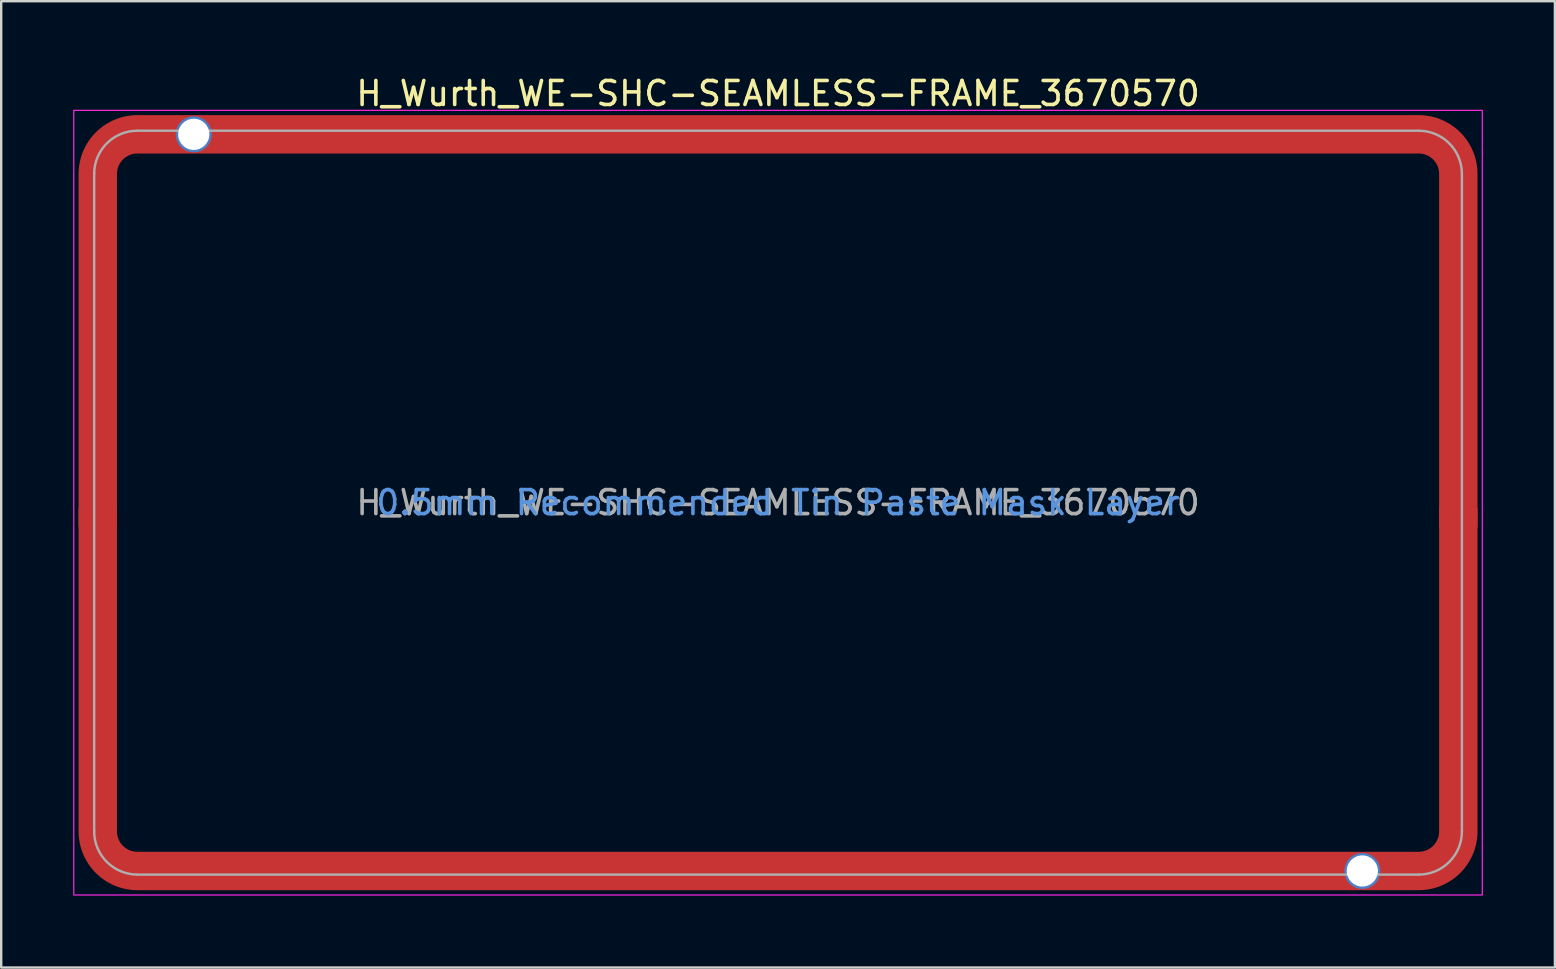
<source format=kicad_pcb>
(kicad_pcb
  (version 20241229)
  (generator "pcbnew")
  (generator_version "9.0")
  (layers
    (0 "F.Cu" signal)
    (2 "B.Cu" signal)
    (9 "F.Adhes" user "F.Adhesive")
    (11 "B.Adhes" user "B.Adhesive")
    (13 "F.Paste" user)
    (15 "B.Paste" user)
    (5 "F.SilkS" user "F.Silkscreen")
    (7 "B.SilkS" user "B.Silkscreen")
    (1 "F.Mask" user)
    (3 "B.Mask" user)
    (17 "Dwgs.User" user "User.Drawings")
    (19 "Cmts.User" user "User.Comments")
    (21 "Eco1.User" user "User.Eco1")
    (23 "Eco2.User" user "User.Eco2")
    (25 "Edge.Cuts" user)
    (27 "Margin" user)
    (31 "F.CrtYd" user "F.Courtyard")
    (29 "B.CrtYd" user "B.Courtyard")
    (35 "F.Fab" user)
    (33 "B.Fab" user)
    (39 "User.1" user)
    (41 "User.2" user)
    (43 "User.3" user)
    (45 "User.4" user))
  (footprint "H_Wurth_WE-SHC-SEAMLESS-FRAME_3670570"
    (layer "F.Cu")
    (at 29.375 17.898)
    (property "Reference" "H_Wurth_WE-SHC-SEAMLESS-FRAME_3670570" (at 0 -17.05 0) (unlocked yes) (layer "F.SilkS") (effects (font (size 1 1) (thickness 0.15))))
    (attr smd)
    (fp_poly (pts (xy 27.6 0.25) (xy 29.1 0.25) (xy 29.1 13.7) (xy 29.097 13.826) (xy 29.087 13.951) (xy 29.07 14.075) (xy 29.048 14.199) (xy 29.018 14.321) (xy 28.983 14.442) (xy 28.941 14.56) (xy 28.893 14.676) (xy 28.838 14.79) (xy 28.778 14.9) (xy 28.713 15.007) (xy 28.642 15.111) (xy 28.565 15.21) (xy 28.484 15.306) (xy 28.397 15.397) (xy 28.306 15.484) (xy 28.21 15.565) (xy 28.111 15.642) (xy 28.007 15.713) (xy 27.9 15.778) (xy 27.79 15.838) (xy 27.676 15.893) (xy 27.56 15.941) (xy 27.442 15.983) (xy 27.321 16.018) (xy 27.199 16.048) (xy 27.075 16.07) (xy 26.951 16.087) (xy 26.826 16.097) (xy 26.7 16.1) (xy -26.7 16.1) (xy -26.826 16.097) (xy -26.951 16.087) (xy -27.075 16.07) (xy -27.199 16.048) (xy -27.321 16.018) (xy -27.442 15.983) (xy -27.56 15.941) (xy -27.676 15.893) (xy -27.79 15.838) (xy -27.9 15.778) (xy -28.007 15.713) (xy -28.111 15.642) (xy -28.21 15.565) (xy -28.306 15.484) (xy -28.397 15.397) (xy -28.484 15.306) (xy -28.565 15.21) (xy -28.642 15.111) (xy -28.713 15.007) (xy -28.778 14.9) (xy -28.838 14.79) (xy -28.893 14.676) (xy -28.941 14.56) (xy -28.983 14.442) (xy -29.018 14.321) (xy -29.048 14.199) (xy -29.07 14.075) (xy -29.087 13.951) (xy -29.097 13.826) (xy -29.1 13.7) (xy -29.1 0.25) (xy -27.6 0.25) (xy -27.6 13.7) (xy -27.599 13.747) (xy -27.595 13.794) (xy -27.589 13.841) (xy -27.58 13.887) (xy -27.569 13.933) (xy -27.556 13.978) (xy -27.54 14.023) (xy -27.522 14.066) (xy -27.502 14.109) (xy -27.479 14.15) (xy -27.455 14.19) (xy -27.428 14.229) (xy -27.399 14.266) (xy -27.369 14.302) (xy -27.336 14.336) (xy -27.302 14.369) (xy -27.266 14.399) (xy -27.229 14.428) (xy -27.19 14.455) (xy -27.15 14.479) (xy -27.109 14.502) (xy -27.066 14.522) (xy -27.023 14.54) (xy -26.978 14.556) (xy -26.933 14.569) (xy -26.887 14.58) (xy -26.841 14.589) (xy -26.794 14.595) (xy -26.747 14.599) (xy -26.7 14.6) (xy 26.7 14.6) (xy 26.747 14.599) (xy 26.794 14.595) (xy 26.841 14.589) (xy 26.887 14.58) (xy 26.933 14.569) (xy 26.978 14.556) (xy 27.023 14.54) (xy 27.066 14.522) (xy 27.109 14.502) (xy 27.15 14.479) (xy 27.19 14.455) (xy 27.229 14.428) (xy 27.266 14.399) (xy 27.302 14.369) (xy 27.336 14.336) (xy 27.369 14.302) (xy 27.399 14.266) (xy 27.428 14.229) (xy 27.455 14.19) (xy 27.479 14.15) (xy 27.502 14.109) (xy 27.522 14.066) (xy 27.54 14.023) (xy 27.556 13.978) (xy 27.569 13.933) (xy 27.58 13.887) (xy 27.589 13.841) (xy 27.595 13.794) (xy 27.599 13.747) (xy 27.6 13.7) (xy 27.6 0.25)) (stroke (width 0.1) (type solid)) (fill yes) (layer "F.Cu"))
    (fp_poly (pts (xy 27.6 0.25) (xy 29.1 0.25) (xy 29.1 13.7) (xy 29.097 13.826) (xy 29.087 13.951) (xy 29.07 14.075) (xy 29.048 14.199) (xy 29.018 14.321) (xy 28.983 14.442) (xy 28.941 14.56) (xy 28.893 14.676) (xy 28.838 14.79) (xy 28.778 14.9) (xy 28.713 15.007) (xy 28.642 15.111) (xy 28.565 15.21) (xy 28.484 15.306) (xy 28.397 15.397) (xy 28.306 15.484) (xy 28.21 15.565) (xy 28.111 15.642) (xy 28.007 15.713) (xy 27.9 15.778) (xy 27.79 15.838) (xy 27.676 15.893) (xy 27.56 15.941) (xy 27.442 15.983) (xy 27.321 16.018) (xy 27.199 16.048) (xy 27.075 16.07) (xy 26.951 16.087) (xy 26.826 16.097) (xy 26.7 16.1) (xy -26.7 16.1) (xy -26.826 16.097) (xy -26.951 16.087) (xy -27.075 16.07) (xy -27.199 16.048) (xy -27.321 16.018) (xy -27.442 15.983) (xy -27.56 15.941) (xy -27.676 15.893) (xy -27.79 15.838) (xy -27.9 15.778) (xy -28.007 15.713) (xy -28.111 15.642) (xy -28.21 15.565) (xy -28.306 15.484) (xy -28.397 15.397) (xy -28.484 15.306) (xy -28.565 15.21) (xy -28.642 15.111) (xy -28.713 15.007) (xy -28.778 14.9) (xy -28.838 14.79) (xy -28.893 14.676) (xy -28.941 14.56) (xy -28.983 14.442) (xy -29.018 14.321) (xy -29.048 14.199) (xy -29.07 14.075) (xy -29.087 13.951) (xy -29.097 13.826) (xy -29.1 13.7) (xy -29.1 0.25) (xy -27.6 0.25) (xy -27.6 13.7) (xy -27.599 13.747) (xy -27.595 13.794) (xy -27.589 13.841) (xy -27.58 13.887) (xy -27.569 13.933) (xy -27.556 13.978) (xy -27.54 14.023) (xy -27.522 14.066) (xy -27.502 14.109) (xy -27.479 14.15) (xy -27.455 14.19) (xy -27.428 14.229) (xy -27.399 14.266) (xy -27.369 14.302) (xy -27.336 14.336) (xy -27.302 14.369) (xy -27.266 14.399) (xy -27.229 14.428) (xy -27.19 14.455) (xy -27.15 14.479) (xy -27.109 14.502) (xy -27.066 14.522) (xy -27.023 14.54) (xy -26.978 14.556) (xy -26.933 14.569) (xy -26.887 14.58) (xy -26.841 14.589) (xy -26.794 14.595) (xy -26.747 14.599) (xy -26.7 14.6) (xy 26.7 14.6) (xy 26.747 14.599) (xy 26.794 14.595) (xy 26.841 14.589) (xy 26.887 14.58) (xy 26.933 14.569) (xy 26.978 14.556) (xy 27.023 14.54) (xy 27.066 14.522) (xy 27.109 14.502) (xy 27.15 14.479) (xy 27.19 14.455) (xy 27.229 14.428) (xy 27.266 14.399) (xy 27.302 14.369) (xy 27.336 14.336) (xy 27.369 14.302) (xy 27.399 14.266) (xy 27.428 14.229) (xy 27.455 14.19) (xy 27.479 14.15) (xy 27.502 14.109) (xy 27.522 14.066) (xy 27.54 14.023) (xy 27.556 13.978) (xy 27.569 13.933) (xy 27.58 13.887) (xy 27.589 13.841) (xy 27.595 13.794) (xy 27.599 13.747) (xy 27.6 13.7) (xy 27.6 0.25)) (stroke (width 0.1) (type solid)) (fill yes) (layer "F.Mask"))
    (fp_poly (pts (xy 27.6 0.25) (xy 29.1 0.25) (xy 29.1 13.7) (xy 29.097 13.826) (xy 29.087 13.951) (xy 29.07 14.075) (xy 29.048 14.199) (xy 29.018 14.321) (xy 28.983 14.442) (xy 28.941 14.56) (xy 28.893 14.676) (xy 28.838 14.79) (xy 28.778 14.9) (xy 28.713 15.007) (xy 28.642 15.111) (xy 28.565 15.21) (xy 28.484 15.306) (xy 28.397 15.397) (xy 28.306 15.484) (xy 28.21 15.565) (xy 28.111 15.642) (xy 28.007 15.713) (xy 27.9 15.778) (xy 27.79 15.838) (xy 27.676 15.893) (xy 27.56 15.941) (xy 27.442 15.983) (xy 27.321 16.018) (xy 27.199 16.048) (xy 27.075 16.07) (xy 26.951 16.087) (xy 26.826 16.097) (xy 26.7 16.1) (xy -26.7 16.1) (xy -26.826 16.097) (xy -26.951 16.087) (xy -27.075 16.07) (xy -27.199 16.048) (xy -27.321 16.018) (xy -27.442 15.983) (xy -27.56 15.941) (xy -27.676 15.893) (xy -27.79 15.838) (xy -27.9 15.778) (xy -28.007 15.713) (xy -28.111 15.642) (xy -28.21 15.565) (xy -28.306 15.484) (xy -28.397 15.397) (xy -28.484 15.306) (xy -28.565 15.21) (xy -28.642 15.111) (xy -28.713 15.007) (xy -28.778 14.9) (xy -28.838 14.79) (xy -28.893 14.676) (xy -28.941 14.56) (xy -28.983 14.442) (xy -29.018 14.321) (xy -29.048 14.199) (xy -29.07 14.075) (xy -29.087 13.951) (xy -29.097 13.826) (xy -29.1 13.7) (xy -29.1 0.25) (xy -27.6 0.25) (xy -27.6 13.7) (xy -27.599 13.747) (xy -27.595 13.794) (xy -27.589 13.841) (xy -27.58 13.887) (xy -27.569 13.933) (xy -27.556 13.978) (xy -27.54 14.023) (xy -27.522 14.066) (xy -27.502 14.109) (xy -27.479 14.15) (xy -27.455 14.19) (xy -27.428 14.229) (xy -27.399 14.266) (xy -27.369 14.302) (xy -27.336 14.336) (xy -27.302 14.369) (xy -27.266 14.399) (xy -27.229 14.428) (xy -27.19 14.455) (xy -27.15 14.479) (xy -27.109 14.502) (xy -27.066 14.522) (xy -27.023 14.54) (xy -26.978 14.556) (xy -26.933 14.569) (xy -26.887 14.58) (xy -26.841 14.589) (xy -26.794 14.595) (xy -26.747 14.599) (xy -26.7 14.6) (xy 26.7 14.6) (xy 26.747 14.599) (xy 26.794 14.595) (xy 26.841 14.589) (xy 26.887 14.58) (xy 26.933 14.569) (xy 26.978 14.556) (xy 27.023 14.54) (xy 27.066 14.522) (xy 27.109 14.502) (xy 27.15 14.479) (xy 27.19 14.455) (xy 27.229 14.428) (xy 27.266 14.399) (xy 27.302 14.369) (xy 27.336 14.336) (xy 27.369 14.302) (xy 27.399 14.266) (xy 27.428 14.229) (xy 27.455 14.19) (xy 27.479 14.15) (xy 27.502 14.109) (xy 27.522 14.066) (xy 27.54 14.023) (xy 27.556 13.978) (xy 27.569 13.933) (xy 27.58 13.887) (xy 27.589 13.841) (xy 27.595 13.794) (xy 27.599 13.747) (xy 27.6 13.7) (xy 27.6 0.25)) (stroke (width 0.1) (type solid)) (fill yes) (layer "F.Paste"))
    (fp_rect (start -29.35 -16.35) (end 29.35 16.35) (stroke (width 0.05) (type solid)) (fill no) (layer "F.CrtYd"))
    (fp_line (start -28.5 13.7) (end -28.5 -13.7) (stroke (width 0.1) (type solid)) (layer "F.Fab"))
    (fp_line (start -26.7 -15.5) (end 26.7 -15.5) (stroke (width 0.1) (type solid)) (layer "F.Fab"))
    (fp_line (start -26.7 15.5) (end 26.7 15.5) (stroke (width 0.1) (type solid)) (layer "F.Fab"))
    (fp_line (start 28.5 13.7) (end 28.5 -13.7) (stroke (width 0.1) (type solid)) (layer "F.Fab"))
    (fp_arc (start -28.5 -13.7) (mid -27.972792 -14.972792) (end -26.7 -15.5) (stroke (width 0.1) (type default)) (layer "F.Fab"))
    (fp_arc (start -26.7 15.5) (mid -27.972792 14.972792) (end -28.5 13.7) (stroke (width 0.1) (type default)) (layer "F.Fab"))
    (fp_arc (start 26.7 -15.5) (mid 27.972792 -14.972792) (end 28.5 -13.7) (stroke (width 0.1) (type default)) (layer "F.Fab"))
    (fp_arc (start 28.5 13.7) (mid 27.972792 14.972792) (end 26.7 15.5) (stroke (width 0.1) (type default)) (layer "F.Fab"))
    (fp_text user "0.5mm Recommended Tin Paste Mask Layer" (at 0 0 0) (unlocked yes) (layer "Cmts.User") (effects (font (size 1 1) (thickness 0.15))))
    (fp_text user "${REFERENCE}" (at 0 0 0) (unlocked yes) (layer "F.Fab") (effects (font (size 1 1) (thickness 0.15))))
    (pad "1" smd custom (at -28.35 0) (size 1.5 27.4) (layers "F.Cu" "F.Mask" "F.Paste") (options (anchor rect)) (primitives (gr_poly (pts (xy 0.75 1) (xy -0.75 1) (xy -0.75 -13.7) (xy -0.747 -13.826) (xy -0.737 -13.951) (xy -0.72 -14.075) (xy -0.698 -14.199) (xy -0.668 -14.321) (xy -0.633 -14.442) (xy -0.591 -14.56) (xy -0.543 -14.676) (xy -0.488 -14.79) (xy -0.428 -14.9) (xy -0.363 -15.007) (xy -0.292 -15.111) (xy -0.215 -15.21) (xy -0.134 -15.306) (xy -0.047 -15.397) (xy 0.044 -15.484) (xy 0.14 -15.565) (xy 0.239 -15.642) (xy 0.343 -15.713) (xy 0.45 -15.778) (xy 0.56 -15.838) (xy 0.674 -15.893) (xy 0.79 -15.941) (xy 0.908 -15.983) (xy 1.029 -16.018) (xy 1.151 -16.048) (xy 1.275 -16.07) (xy 1.399 -16.087) (xy 1.524 -16.097) (xy 1.65 -16.1) (xy 55.05 -16.1) (xy 55.176 -16.097) (xy 55.301 -16.087) (xy 55.425 -16.07) (xy 55.549 -16.048) (xy 55.671 -16.018) (xy 55.792 -15.983) (xy 55.91 -15.941) (xy 56.026 -15.893) (xy 56.14 -15.838) (xy 56.25 -15.778) (xy 56.357 -15.713) (xy 56.461 -15.642) (xy 56.56 -15.565) (xy 56.656 -15.484) (xy 56.747 -15.397) (xy 56.834 -15.306) (xy 56.915 -15.21) (xy 56.992 -15.111) (xy 57.063 -15.007) (xy 57.128 -14.9) (xy 57.188 -14.79) (xy 57.243 -14.676) (xy 57.291 -14.56) (xy 57.333 -14.442) (xy 57.368 -14.321) (xy 57.398 -14.199) (xy 57.42 -14.075) (xy 57.437 -13.951) (xy 57.447 -13.826) (xy 57.45 -13.7) (xy 57.45 1) (xy 55.95 1) (xy 55.95 -13.7) (xy 55.949 -13.747) (xy 55.945 -13.794) (xy 55.939 -13.841) (xy 55.93 -13.887) (xy 55.919 -13.933) (xy 55.906 -13.978) (xy 55.89 -14.023) (xy 55.872 -14.066) (xy 55.852 -14.109) (xy 55.829 -14.15) (xy 55.805 -14.19) (xy 55.778 -14.229) (xy 55.749 -14.266) (xy 55.719 -14.302) (xy 55.686 -14.336) (xy 55.652 -14.369) (xy 55.616 -14.399) (xy 55.579 -14.428) (xy 55.54 -14.455) (xy 55.5 -14.479) (xy 55.459 -14.502) (xy 55.416 -14.522) (xy 55.373 -14.54) (xy 55.328 -14.556) (xy 55.283 -14.569) (xy 55.237 -14.58) (xy 55.191 -14.589) (xy 55.144 -14.595) (xy 55.097 -14.599) (xy 55.05 -14.6) (xy 1.65 -14.6) (xy 1.603 -14.599) (xy 1.556 -14.595) (xy 1.509 -14.589) (xy 1.463 -14.58) (xy 1.417 -14.569) (xy 1.372 -14.556) (xy 1.327 -14.54) (xy 1.284 -14.522) (xy 1.241 -14.502) (xy 1.2 -14.479) (xy 1.16 -14.455) (xy 1.121 -14.428) (xy 1.084 -14.399) (xy 1.048 -14.369) (xy 1.014 -14.336) (xy 0.981 -14.302) (xy 0.951 -14.266) (xy 0.922 -14.229) (xy 0.895 -14.19) (xy 0.871 -14.15) (xy 0.848 -14.109) (xy 0.828 -14.066) (xy 0.81 -14.023) (xy 0.794 -13.978) (xy 0.781 -13.933) (xy 0.77 -13.887) (xy 0.761 -13.841) (xy 0.755 -13.794) (xy 0.751 -13.747) (xy 0.75 -13.7) (xy 0.75 1)) (width 0.1) (fill yes))))
    (pad "1" thru_hole circle (at -24.35 -15.35) (size 1.5 1.5) (drill 1.3) (layers "*.Cu" "*.Mask"))
    (pad "1" thru_hole circle (at 24.35 15.35) (size 1.5 1.5) (drill 1.3) (layers "*.Cu" "*.Mask")))
  (gr_rect
    (start -3 -3)
    (end 61.75 37.273)
    (stroke (width 0.1) (type default))
    (fill no)
    (layer "Edge.Cuts")))
</source>
